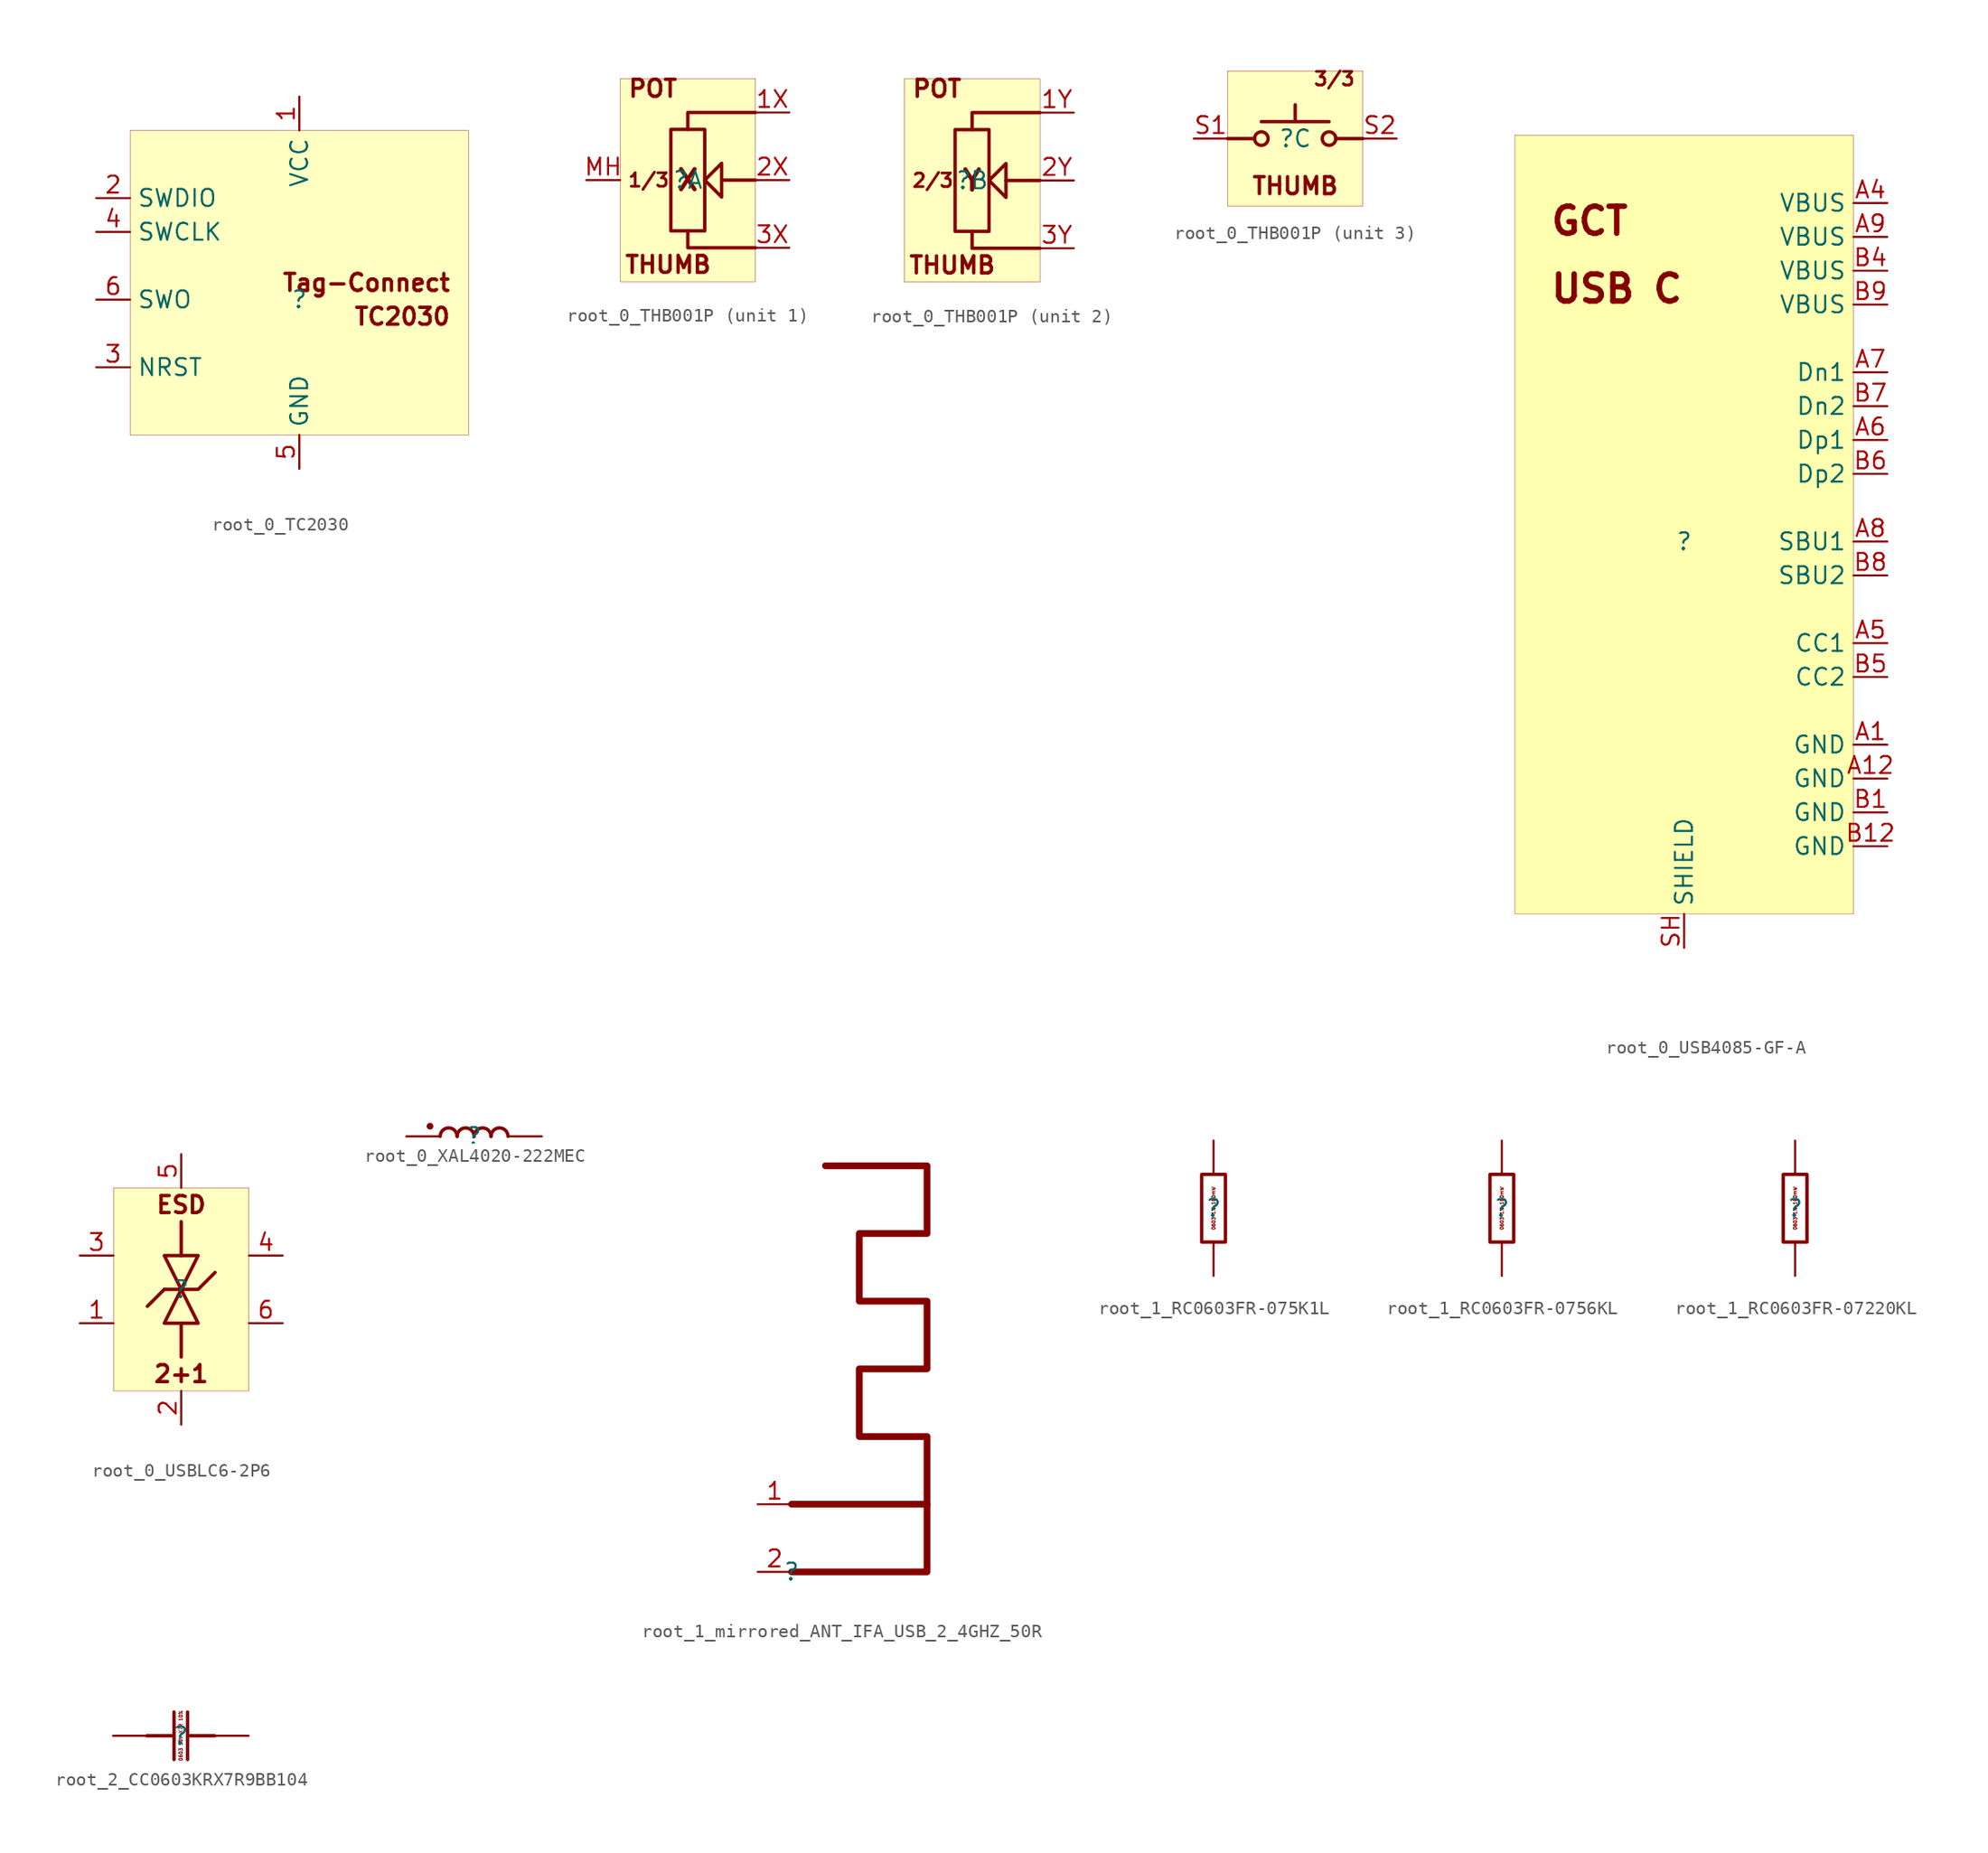
<source format=kicad_sym>
(kicad_symbol_lib
  (version 20231120)
  (generator "kicad_symbol_editor")
  (generator_version "8.0")
  (symbol "root_0_TC2030"
    (property "Reference" ""
      (at 0 0 0)
      (effects (font (size 1.27 1.27))))
    (property "Value" ""
      (at 0 0 0)
      (effects (font (size 1.27 1.27))))
    (symbol "root_0_TC2030_1_0"
      (rectangle (start 12.7 12.7) (end -12.7 -10.16) (stroke (width 0.025) (type solid) (color 128 0 0 1)) (fill (type background)))
      (text "Tag-Connect" (at 11.43 1.27 0) (effects (font (size 1.27 1.27) (thickness 0.254) (bold yes)) (justify right)))
      (text "TC2030" (at 11.43 -1.27 0) (effects (font (size 1.27 1.27) (thickness 0.254) (bold yes)) (justify right)))
      (pin passive line (at 0 15.24 270) (length 2.54) (name "VCC" (effects (font (size 1.27 1.27)))) (number "1" (effects (font (size 1.27 1.27)))))
      (pin passive line (at -15.24 7.62 0) (length 2.54) (name "SWDIO" (effects (font (size 1.27 1.27)))) (number "2" (effects (font (size 1.27 1.27)))))
      (pin passive line (at -15.24 -5.08 0) (length 2.54) (name "NRST" (effects (font (size 1.27 1.27)))) (number "3" (effects (font (size 1.27 1.27)))))
      (pin passive line (at -15.24 5.08 0) (length 2.54) (name "SWCLK" (effects (font (size 1.27 1.27)))) (number "4" (effects (font (size 1.27 1.27)))))
      (pin passive line (at 0 -12.7 90) (length 2.54) (name "GND" (effects (font (size 1.27 1.27)))) (number "5" (effects (font (size 1.27 1.27)))))
      (pin passive line (at -15.24 0 0) (length 2.54) (name "SWO" (effects (font (size 1.27 1.27)))) (number "6" (effects (font (size 1.27 1.27)))))))
  (symbol "root_0_THB001P"
    (property "Reference" ""
      (at 0 0 0)
      (effects (font (size 1.27 1.27))))
    (property "Value" ""
      (at 0 0 0)
      (effects (font (size 1.27 1.27))))
    (symbol "root_0_THB001P_1_0"
      (polyline (pts (xy 5.08 0) (xy 2.54 0)) (stroke (width 0.254) (type solid)) (fill (type none)))
      (polyline (pts (xy 5.08 -5.08) (xy 0 -5.08) (xy 0 -3.81)) (stroke (width 0.254) (type solid)) (fill (type none)))
      (polyline (pts (xy 5.08 5.08) (xy 0 5.08) (xy 0 3.81)) (stroke (width 0.254) (type solid)) (fill (type none)))
      (polyline (pts (xy -1.27 3.81) (xy 1.27 3.81) (xy 1.27 -3.81) (xy -1.27 -3.81) (xy -1.27 3.81)) (stroke (width 0.254) (type solid)) (fill (type none)))
      (polyline (pts (xy 2.54 0) (xy 2.54 1.27) (xy 1.27 0) (xy 2.54 -1.27) (xy 2.54 0)) (stroke (width 0.254) (type solid)) (fill (type none)))
      (rectangle (start 5.08 7.62) (end -5.08 -7.62) (stroke (width 0.025) (type solid) (color 128 0 0 1)) (fill (type background)))
      (text "1/3" (at -4.572 0 0) (effects (font (size 1.016 1.016) (thickness 0.203) (bold yes)) (justify left)))
      (text "POT" (at -4.572 7.62 0) (effects (font (size 1.27 1.27) (thickness 0.254) (bold yes)) (justify left top)))
      (text "THUMB" (at -4.826 -6.35 0) (effects (font (size 1.27 1.27) (thickness 0.254) (bold yes)) (justify left)))
      (text "X" (at 0 0 0) (effects (font (size 1.524 1.524) (thickness 0.305) (bold yes))))
      (pin passive line (at 7.62 5.08 180) (length 2.54) (name "1X" (effects (font (size 0 0)))) (number "1X" (effects (font (size 1.27 1.27)))))
      (pin passive line (at 7.62 0 180) (length 2.54) (name "2X" (effects (font (size 0 0)))) (number "2X" (effects (font (size 1.27 1.27)))))
      (pin passive line (at 7.62 -5.08 180) (length 2.54) (name "3X" (effects (font (size 0 0)))) (number "3X" (effects (font (size 1.27 1.27)))))
      (pin passive line (at -7.62 0 0) (length 2.54) (name "MH" (effects (font (size 0 0)))) (number "MH" (effects (font (size 1.27 1.27))))))
    (symbol "root_0_THB001P_2_0"
      (polyline (pts (xy 5.08 0) (xy 2.54 0)) (stroke (width 0.254) (type solid)) (fill (type none)))
      (polyline (pts (xy 5.08 -5.08) (xy 0 -5.08) (xy 0 -3.81)) (stroke (width 0.254) (type solid)) (fill (type none)))
      (polyline (pts (xy 5.08 5.08) (xy 0 5.08) (xy 0 3.81)) (stroke (width 0.254) (type solid)) (fill (type none)))
      (polyline (pts (xy -1.27 3.81) (xy 1.27 3.81) (xy 1.27 -3.81) (xy -1.27 -3.81) (xy -1.27 3.81)) (stroke (width 0.254) (type solid)) (fill (type none)))
      (polyline (pts (xy 2.54 0) (xy 2.54 1.27) (xy 1.27 0) (xy 2.54 -1.27) (xy 2.54 0)) (stroke (width 0.254) (type solid)) (fill (type none)))
      (rectangle (start 5.08 7.62) (end -5.08 -7.62) (stroke (width 0.025) (type solid) (color 128 0 0 1)) (fill (type background)))
      (text "2/3" (at -4.572 0 0) (effects (font (size 1.016 1.016) (thickness 0.203) (bold yes)) (justify left)))
      (text "POT" (at -4.572 7.62 0) (effects (font (size 1.27 1.27) (thickness 0.254) (bold yes)) (justify left top)))
      (text "THUMB" (at -4.826 -6.35 0) (effects (font (size 1.27 1.27) (thickness 0.254) (bold yes)) (justify left)))
      (text "Y" (at 0 0 0) (effects (font (size 1.524 1.524) (thickness 0.305) (bold yes))))
      (pin passive line (at 7.62 5.08 180) (length 2.54) (name "1Y" (effects (font (size 0 0)))) (number "1Y" (effects (font (size 1.27 1.27)))))
      (pin passive line (at 7.62 0 180) (length 2.54) (name "2Y" (effects (font (size 0 0)))) (number "2Y" (effects (font (size 1.27 1.27)))))
      (pin passive line (at 7.62 -5.08 180) (length 2.54) (name "3Y" (effects (font (size 0 0)))) (number "3Y" (effects (font (size 1.27 1.27))))))
    (symbol "root_0_THB001P_3_0"
      (circle (center -2.54 0) (radius 0.508) (stroke (width 0.254) (type solid)) (fill (type none)))
      (polyline (pts (xy -5.08 0) (xy -3.048 0)) (stroke (width 0.254) (type solid)) (fill (type none)))
      (polyline (pts (xy -2.54 1.27) (xy 2.54 1.27)) (stroke (width 0.254) (type solid)) (fill (type none)))
      (polyline (pts (xy 0 1.27) (xy 0 2.54)) (stroke (width 0.254) (type solid)) (fill (type none)))
      (polyline (pts (xy 3.048 0) (xy 5.08 0)) (stroke (width 0.254) (type solid)) (fill (type none)))
      (circle (center 2.54 0) (radius 0.508) (stroke (width 0.254) (type solid)) (fill (type none)))
      (rectangle (start 5.08 5.08) (end -5.08 -5.08) (stroke (width 0.025) (type solid) (color 128 0 0 1)) (fill (type background)))
      (text "3/3" (at 4.572 5.08 0) (effects (font (size 1.016 1.016) (thickness 0.203) (bold yes)) (justify right top)))
      (text "THUMB" (at 0 -3.556 0) (effects (font (size 1.27 1.27) (thickness 0.254) (bold yes))))
      (pin passive line (at -7.62 0 0) (length 2.54) (name "S1" (effects (font (size 0 0)))) (number "S1" (effects (font (size 1.27 1.27)))))
      (pin passive line (at 7.62 0 180) (length 2.54) (name "S2" (effects (font (size 0 0)))) (number "S2" (effects (font (size 1.27 1.27)))))))
  (symbol "root_0_USB4085-GF-A"
    (property "Reference" ""
      (at 0 0 0)
      (effects (font (size 1.27 1.27))))
    (property "Value" ""
      (at 0 0 0)
      (effects (font (size 1.27 1.27))))
    (symbol "root_0_USB4085-GF-A_1_0"
      (rectangle (start -12.7 30.48) (end 12.7 -27.94) (stroke (width 0.025) (type solid)) (fill (type color) (color 255 255 176 1)))
      (text "GCT" (at -10.16 22.86 0) (effects (font (size 2.032 2.032) (thickness 0.406) (bold yes)) (justify left bottom)))
      (text "USB C" (at -10.16 17.78 0) (effects (font (size 2.032 2.032) (thickness 0.406) (bold yes)) (justify left bottom)))
      (pin passive line (at 15.24 -15.24 180) (length 2.54) (name "GND" (effects (font (size 1.27 1.27)))) (number "A1" (effects (font (size 1.27 1.27)))))
      (pin passive line (at 15.24 -17.78 180) (length 2.54) (name "GND" (effects (font (size 1.27 1.27)))) (number "A12" (effects (font (size 1.27 1.27)))))
      (pin passive line (at 15.24 25.4 180) (length 2.54) (name "VBUS" (effects (font (size 1.27 1.27)))) (number "A4" (effects (font (size 1.27 1.27)))))
      (pin passive line (at 15.24 -7.62 180) (length 2.54) (name "CC1" (effects (font (size 1.27 1.27)))) (number "A5" (effects (font (size 1.27 1.27)))))
      (pin passive line (at 15.24 7.62 180) (length 2.54) (name "Dp1" (effects (font (size 1.27 1.27)))) (number "A6" (effects (font (size 1.27 1.27)))))
      (pin passive line (at 15.24 12.7 180) (length 2.54) (name "Dn1" (effects (font (size 1.27 1.27)))) (number "A7" (effects (font (size 1.27 1.27)))))
      (pin passive line (at 15.24 0 180) (length 2.54) (name "SBU1" (effects (font (size 1.27 1.27)))) (number "A8" (effects (font (size 1.27 1.27)))))
      (pin passive line (at 15.24 22.86 180) (length 2.54) (name "VBUS" (effects (font (size 1.27 1.27)))) (number "A9" (effects (font (size 1.27 1.27)))))
      (pin passive line (at 15.24 -20.32 180) (length 2.54) (name "GND" (effects (font (size 1.27 1.27)))) (number "B1" (effects (font (size 1.27 1.27)))))
      (pin passive line (at 15.24 -22.86 180) (length 2.54) (name "GND" (effects (font (size 1.27 1.27)))) (number "B12" (effects (font (size 1.27 1.27)))))
      (pin passive line (at 15.24 20.32 180) (length 2.54) (name "VBUS" (effects (font (size 1.27 1.27)))) (number "B4" (effects (font (size 1.27 1.27)))))
      (pin passive line (at 15.24 -10.16 180) (length 2.54) (name "CC2" (effects (font (size 1.27 1.27)))) (number "B5" (effects (font (size 1.27 1.27)))))
      (pin passive line (at 15.24 5.08 180) (length 2.54) (name "Dp2" (effects (font (size 1.27 1.27)))) (number "B6" (effects (font (size 1.27 1.27)))))
      (pin passive line (at 15.24 10.16 180) (length 2.54) (name "Dn2" (effects (font (size 1.27 1.27)))) (number "B7" (effects (font (size 1.27 1.27)))))
      (pin passive line (at 15.24 -2.54 180) (length 2.54) (name "SBU2" (effects (font (size 1.27 1.27)))) (number "B8" (effects (font (size 1.27 1.27)))))
      (pin passive line (at 15.24 17.78 180) (length 2.54) (name "VBUS" (effects (font (size 1.27 1.27)))) (number "B9" (effects (font (size 1.27 1.27)))))
      (pin passive line (at 0 -30.48 90) (length 2.54) (name "SHIELD" (effects (font (size 1.27 1.27)))) (number "SH" (effects (font (size 1.27 1.27)))))))
  (symbol "root_0_USBLC6-2P6"
    (property "Reference" ""
      (at 0 0 0)
      (effects (font (size 1.27 1.27))))
    (property "Value" ""
      (at 0 0 0)
      (effects (font (size 1.27 1.27))))
    (symbol "root_0_USBLC6-2P6_1_0"
      (polyline (pts (xy -1.27 0) (xy -2.54 -1.27)) (stroke (width 0.254) (type solid)) (fill (type none)))
      (polyline (pts (xy 0 -2.54) (xy 0 -5.08)) (stroke (width 0.254) (type solid)) (fill (type none)))
      (polyline (pts (xy 0 2.54) (xy 0 5.08)) (stroke (width 0.254) (type solid)) (fill (type none)))
      (polyline (pts (xy -1.27 0) (xy 1.27 0) (xy 2.54 1.27)) (stroke (width 0.254) (type solid)) (fill (type none)))
      (polyline (pts (xy 0 0) (xy -1.27 -2.54) (xy 1.27 -2.54) (xy 0 0)) (stroke (width 0.254) (type solid)) (fill (type none)))
      (polyline (pts (xy 0 0) (xy 1.27 2.54) (xy -1.27 2.54) (xy 0 0)) (stroke (width 0.254) (type solid)) (fill (type none)))
      (rectangle (start 5.08 7.62) (end -5.08 -7.62) (stroke (width 0.025) (type solid) (color 128 0 0 1)) (fill (type background)))
      (text "2+1" (at 0 -6.35 0) (effects (font (size 1.27 1.27) (thickness 0.254) (bold yes))))
      (text "ESD" (at 0 6.35 0) (effects (font (size 1.27 1.27) (thickness 0.254) (bold yes))))
      (pin passive line (at -7.62 -2.54 0) (length 2.54) (name "IO2" (effects (font (size 0 0)))) (number "1" (effects (font (size 1.27 1.27)))))
      (pin power_in line (at 0 -10.16 90) (length 2.54) (name "GND" (effects (font (size 0 0)))) (number "2" (effects (font (size 1.27 1.27)))))
      (pin passive line (at -7.62 2.54 0) (length 2.54) (name "IO1" (effects (font (size 0 0)))) (number "3" (effects (font (size 1.27 1.27)))))
      (pin passive line (at 7.62 2.54 180) (length 2.54) (name "IO1" (effects (font (size 0 0)))) (number "4" (effects (font (size 1.27 1.27)))))
      (pin power_in line (at 0 10.16 270) (length 2.54) (name "VBUS" (effects (font (size 0 0)))) (number "5" (effects (font (size 1.27 1.27)))))
      (pin passive line (at 7.62 -2.54 180) (length 2.54) (name "IO2" (effects (font (size 0 0)))) (number "6" (effects (font (size 1.27 1.27)))))))
  (symbol "root_0_XAL4020-222MEC"
    (property "Reference" ""
      (at 0 0 0)
      (effects (font (size 1.27 1.27))))
    (property "Value" ""
      (at 0 0 0)
      (effects (font (size 1.27 1.27))))
    (symbol "root_0_XAL4020-222MEC_1_0"
      (circle (center -3.302 0.762) (radius 0.127) (stroke (width 0.254) (type solid)) (fill (type none)))
      (arc (start -1.27 0) (mid -1.905 0.635) (end -2.54 0) (stroke (width 0.254) (type solid)) (fill (type none)))
      (arc (start 0 0) (mid -0.635 0.635) (end -1.27 0) (stroke (width 0.254) (type solid)) (fill (type none)))
      (arc (start 1.27 0) (mid 0.635 0.635) (end 0 0) (stroke (width 0.254) (type solid)) (fill (type none)))
      (arc (start 2.54 0) (mid 1.905 0.635) (end 1.27 0) (stroke (width 0.254) (type solid)) (fill (type none)))
      (pin passive line (at -5.08 0 0) (length 2.54) (name "1" (effects (font (size 0 0)))) (number "1" (effects (font (size 0 0)))))
      (pin passive line (at 5.08 0 180) (length 2.54) (name "2" (effects (font (size 0 0)))) (number "2" (effects (font (size 0 0)))))))
  (symbol "root_1_mirrored_ANT_IFA_USB_2_4GHZ_50R"
    (property "Reference" ""
      (at 0 0 0)
      (effects (font (size 1.27 1.27))))
    (property "Value" ""
      (at 0 0 0)
      (effects (font (size 1.27 1.27))))
    (symbol "root_1_mirrored_ANT_IFA_USB_2_4GHZ_50R_1_0"
      (polyline (pts (xy 0 0) (xy 10.16 0) (xy 10.16 5.08) (xy 0 5.08)) (stroke (width 0.508) (type solid)) (fill (type none)))
      (polyline (pts (xy 10.16 5.08) (xy 10.16 10.16) (xy 5.08 10.16) (xy 5.08 15.24) (xy 10.16 15.24) (xy 10.16 20.32) (xy 5.08 20.32) (xy 5.08 25.4) (xy 10.16 25.4) (xy 10.16 30.48) (xy 2.54 30.48)) (stroke (width 0.508) (type solid)) (fill (type none)))
      (pin passive line (at -2.54 5.08 0) (length 2.54) (name "RF" (effects (font (size 0 0)))) (number "1" (effects (font (size 1.27 1.27)))))
      (pin passive line (at -2.54 0 0) (length 2.54) (name "GND" (effects (font (size 0 0)))) (number "2" (effects (font (size 1.27 1.27)))))))
  (symbol "root_1_RC0603FR-075K1L"
    (property "Reference" ""
      (at 0 0 0)
      (effects (font (size 1.27 1.27))))
    (property "Value" ""
      (at 0 0 0)
      (effects (font (size 1.27 1.27))))
    (symbol "root_1_RC0603FR-075K1L_1_0"
      (polyline (pts (xy 0 -2.54) (xy -0.889 -2.54) (xy -0.889 2.54) (xy 0.889 2.54) (xy 0.889 -2.54) (xy 0 -2.54)) (stroke (width 0.254) (type solid)) (fill (type none)))
      (text "0603 1% 100mW" (at 0 0 900) (effects (font (size 0.254 0.254) (thickness 0.051) (bold yes))))
      (pin passive line (at 0 -5.08 90) (length 2.54) (name "1" (effects (font (size 0 0)))) (number "1" (effects (font (size 0 0)))))
      (pin passive line (at 0 5.08 270) (length 2.54) (name "2" (effects (font (size 0 0)))) (number "2" (effects (font (size 0 0)))))))
  (symbol "root_1_RC0603FR-0756KL"
    (property "Reference" ""
      (at 0 0 0)
      (effects (font (size 1.27 1.27))))
    (property "Value" ""
      (at 0 0 0)
      (effects (font (size 1.27 1.27))))
    (symbol "root_1_RC0603FR-0756KL_1_0"
      (polyline (pts (xy 0 -2.54) (xy -0.889 -2.54) (xy -0.889 2.54) (xy 0.889 2.54) (xy 0.889 -2.54) (xy 0 -2.54)) (stroke (width 0.254) (type solid)) (fill (type none)))
      (text "0603 1% 100mW" (at 0 0 900) (effects (font (size 0.254 0.254) (thickness 0.051) (bold yes))))
      (pin passive line (at 0 -5.08 90) (length 2.54) (name "1" (effects (font (size 0 0)))) (number "1" (effects (font (size 0 0)))))
      (pin passive line (at 0 5.08 270) (length 2.54) (name "2" (effects (font (size 0 0)))) (number "2" (effects (font (size 0 0)))))))
  (symbol "root_1_RC0603FR-07220KL"
    (property "Reference" ""
      (at 0 0 0)
      (effects (font (size 1.27 1.27))))
    (property "Value" ""
      (at 0 0 0)
      (effects (font (size 1.27 1.27))))
    (symbol "root_1_RC0603FR-07220KL_1_0"
      (polyline (pts (xy 0 -2.54) (xy -0.889 -2.54) (xy -0.889 2.54) (xy 0.889 2.54) (xy 0.889 -2.54) (xy 0 -2.54)) (stroke (width 0.254) (type solid)) (fill (type none)))
      (text "0603 1% 100mW" (at 0 0 900) (effects (font (size 0.254 0.254) (thickness 0.051) (bold yes))))
      (pin passive line (at 0 -5.08 90) (length 2.54) (name "1" (effects (font (size 0 0)))) (number "1" (effects (font (size 0 0)))))
      (pin passive line (at 0 5.08 270) (length 2.54) (name "2" (effects (font (size 0 0)))) (number "2" (effects (font (size 0 0)))))))
  (symbol "root_2_CC0603KRX7R9BB104"
    (property "Reference" ""
      (at 0 0 0)
      (effects (font (size 1.27 1.27))))
    (property "Value" ""
      (at 0 0 0)
      (effects (font (size 1.27 1.27))))
    (symbol "root_2_CC0603KRX7R9BB104_1_0"
      (polyline (pts (xy -0.508 0) (xy -2.54 0)) (stroke (width 0.254) (type solid)) (fill (type none)))
      (polyline (pts (xy -0.508 1.778) (xy -0.508 -1.778)) (stroke (width 0.254) (type solid)) (fill (type none)))
      (polyline (pts (xy 0.508 -1.778) (xy 0.508 1.778)) (stroke (width 0.254) (type solid)) (fill (type none)))
      (polyline (pts (xy 2.54 0) (xy 0.508 0)) (stroke (width 0.254) (type solid)) (fill (type none)))
      (text "0603 50V X7R 10%" (at 0 0 900) (effects (font (size 0.254 0.254) (thickness 0.051) (bold yes))))
      (pin passive line (at 5.08 0 180) (length 2.54) (name "1" (effects (font (size 0 0)))) (number "1" (effects (font (size 0 0)))))
      (pin passive line (at -5.08 0 0) (length 2.54) (name "2" (effects (font (size 0 0)))) (number "2" (effects (font (size 0 0))))))))
</source>
